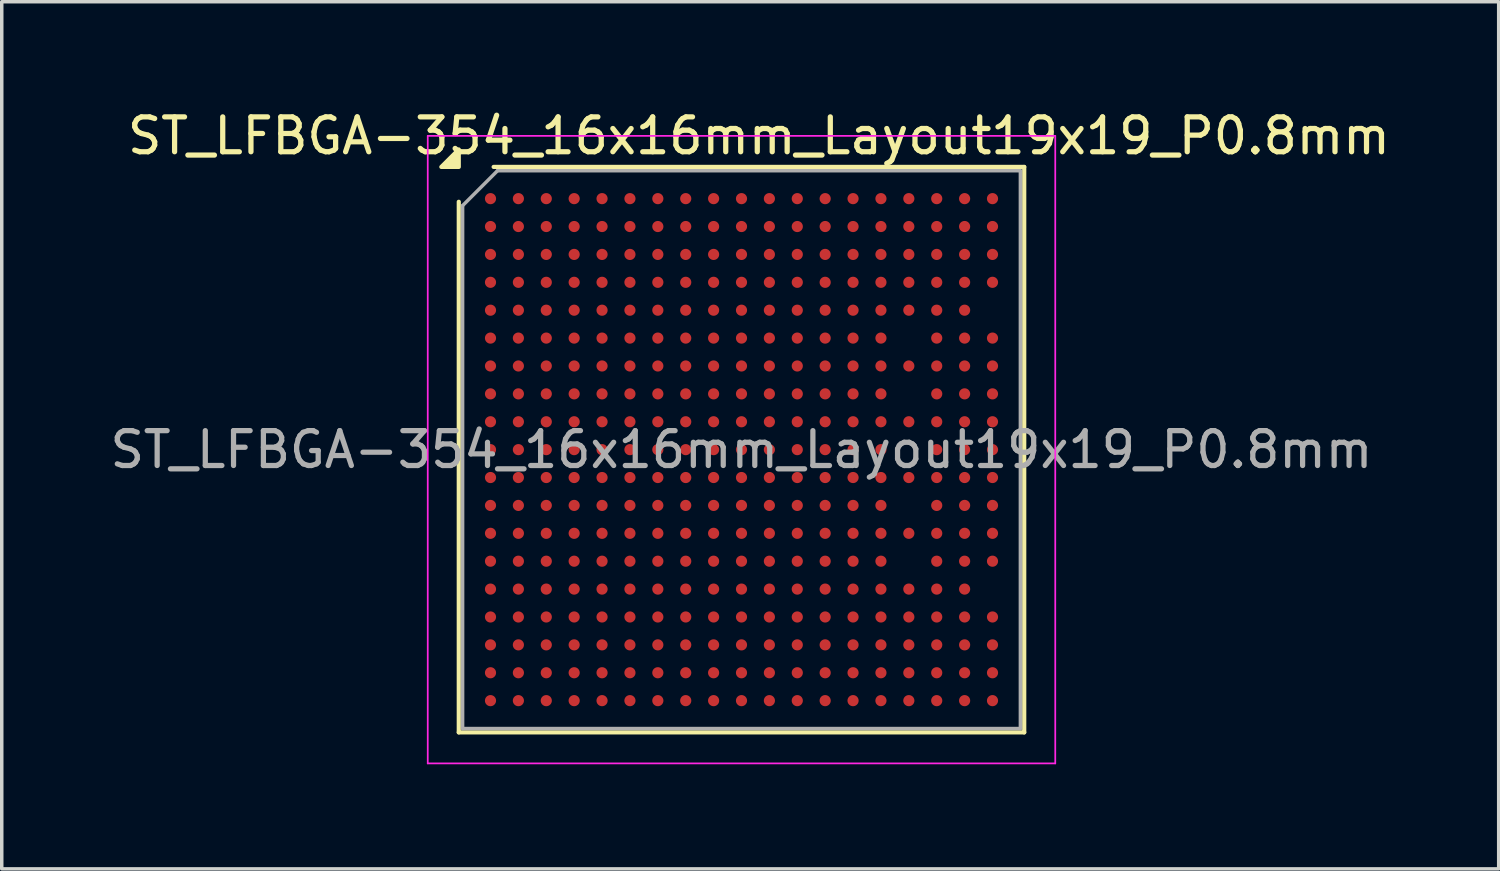
<source format=kicad_pcb>
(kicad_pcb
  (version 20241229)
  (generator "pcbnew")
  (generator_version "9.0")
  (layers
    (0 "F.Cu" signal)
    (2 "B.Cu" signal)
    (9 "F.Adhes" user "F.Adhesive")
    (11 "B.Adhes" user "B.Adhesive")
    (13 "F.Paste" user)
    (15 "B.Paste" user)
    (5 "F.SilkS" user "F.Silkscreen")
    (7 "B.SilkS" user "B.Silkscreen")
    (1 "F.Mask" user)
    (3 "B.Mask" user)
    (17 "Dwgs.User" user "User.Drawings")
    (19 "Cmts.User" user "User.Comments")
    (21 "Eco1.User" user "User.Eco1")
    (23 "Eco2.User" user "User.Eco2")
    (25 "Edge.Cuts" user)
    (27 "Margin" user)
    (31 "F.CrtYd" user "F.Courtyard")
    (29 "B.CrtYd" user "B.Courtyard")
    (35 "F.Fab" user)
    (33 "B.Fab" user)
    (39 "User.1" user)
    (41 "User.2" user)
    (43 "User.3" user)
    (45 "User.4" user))
  (footprint "ST_LFBGA-354_16x16mm_Layout19x19_P0.8mm"
    (layer "F.Cu")
    (at 18.22 9.848)
    (property "Reference" "ST_LFBGA-354_16x16mm_Layout19x19_P0.8mm" (at 0.5 -9 0) (layer "F.SilkS") (effects (font (size 1 1) (thickness 0.15))))
    (attr smd)
    (fp_line (start -8.11 8.11) (end -8.11 -7.11) (stroke (width 0.12) (type solid)) (layer "F.SilkS"))
    (fp_line (start -7.11 -8.11) (end 8.11 -8.11) (stroke (width 0.12) (type solid)) (layer "F.SilkS"))
    (fp_line (start 8.11 -8.11) (end 8.11 8.11) (stroke (width 0.12) (type solid)) (layer "F.SilkS"))
    (fp_line (start 8.11 8.11) (end -8.11 8.11) (stroke (width 0.12) (type solid)) (layer "F.SilkS"))
    (fp_poly (pts (xy -8.11 -8.11) (xy -8.61 -8.11) (xy -8.11 -8.61)) (stroke (width 0.12) (type solid)) (fill yes) (layer "F.SilkS"))
    (fp_line (start -9 -9) (end -9 9) (stroke (width 0.05) (type solid)) (layer "F.CrtYd"))
    (fp_line (start -9 9) (end 9 9) (stroke (width 0.05) (type solid)) (layer "F.CrtYd"))
    (fp_line (start 9 -9) (end -9 -9) (stroke (width 0.05) (type solid)) (layer "F.CrtYd"))
    (fp_line (start 9 9) (end 9 -9) (stroke (width 0.05) (type solid)) (layer "F.CrtYd"))
    (fp_line (start -8 -7) (end -7 -8) (stroke (width 0.1) (type solid)) (layer "F.Fab"))
    (fp_line (start -8 8) (end -8 -7) (stroke (width 0.1) (type solid)) (layer "F.Fab"))
    (fp_line (start -7 -8) (end 8 -8) (stroke (width 0.1) (type solid)) (layer "F.Fab"))
    (fp_line (start 8 -8) (end 8 8) (stroke (width 0.1) (type solid)) (layer "F.Fab"))
    (fp_line (start 8 8) (end -8 8) (stroke (width 0.1) (type solid)) (layer "F.Fab"))
    (fp_text user "${REFERENCE}" (at 0 0 0) (layer "F.Fab") (effects (font (size 1 1) (thickness 0.15))))
    (pad "A1" smd circle (at -7.2 -7.2) (size 0.32 0.32) (property pad_prop_bga) (layers "F.Cu" "F.Mask" "F.Paste"))
    (pad "A2" smd circle (at -6.4 -7.2) (size 0.32 0.32) (property pad_prop_bga) (layers "F.Cu" "F.Mask" "F.Paste"))
    (pad "A3" smd circle (at -5.6 -7.2) (size 0.32 0.32) (property pad_prop_bga) (layers "F.Cu" "F.Mask" "F.Paste"))
    (pad "A4" smd circle (at -4.8 -7.2) (size 0.32 0.32) (property pad_prop_bga) (layers "F.Cu" "F.Mask" "F.Paste"))
    (pad "A5" smd circle (at -4 -7.2) (size 0.32 0.32) (property pad_prop_bga) (layers "F.Cu" "F.Mask" "F.Paste"))
    (pad "A6" smd circle (at -3.2 -7.2) (size 0.32 0.32) (property pad_prop_bga) (layers "F.Cu" "F.Mask" "F.Paste"))
    (pad "A7" smd circle (at -2.4 -7.2) (size 0.32 0.32) (property pad_prop_bga) (layers "F.Cu" "F.Mask" "F.Paste"))
    (pad "A8" smd circle (at -1.6 -7.2) (size 0.32 0.32) (property pad_prop_bga) (layers "F.Cu" "F.Mask" "F.Paste"))
    (pad "A9" smd circle (at -0.8 -7.2) (size 0.32 0.32) (property pad_prop_bga) (layers "F.Cu" "F.Mask" "F.Paste"))
    (pad "A10" smd circle (at 0 -7.2) (size 0.32 0.32) (property pad_prop_bga) (layers "F.Cu" "F.Mask" "F.Paste"))
    (pad "A11" smd circle (at 0.8 -7.2) (size 0.32 0.32) (property pad_prop_bga) (layers "F.Cu" "F.Mask" "F.Paste"))
    (pad "A12" smd circle (at 1.6 -7.2) (size 0.32 0.32) (property pad_prop_bga) (layers "F.Cu" "F.Mask" "F.Paste"))
    (pad "A13" smd circle (at 2.4 -7.2) (size 0.32 0.32) (property pad_prop_bga) (layers "F.Cu" "F.Mask" "F.Paste"))
    (pad "A14" smd circle (at 3.2 -7.2) (size 0.32 0.32) (property pad_prop_bga) (layers "F.Cu" "F.Mask" "F.Paste"))
    (pad "A15" smd circle (at 4 -7.2) (size 0.32 0.32) (property pad_prop_bga) (layers "F.Cu" "F.Mask" "F.Paste"))
    (pad "A16" smd circle (at 4.8 -7.2) (size 0.32 0.32) (property pad_prop_bga) (layers "F.Cu" "F.Mask" "F.Paste"))
    (pad "A17" smd circle (at 5.6 -7.2) (size 0.32 0.32) (property pad_prop_bga) (layers "F.Cu" "F.Mask" "F.Paste"))
    (pad "A18" smd circle (at 6.4 -7.2) (size 0.32 0.32) (property pad_prop_bga) (layers "F.Cu" "F.Mask" "F.Paste"))
    (pad "A19" smd circle (at 7.2 -7.2) (size 0.32 0.32) (property pad_prop_bga) (layers "F.Cu" "F.Mask" "F.Paste"))
    (pad "B1" smd circle (at -7.2 -6.4) (size 0.32 0.32) (property pad_prop_bga) (layers "F.Cu" "F.Mask" "F.Paste"))
    (pad "B2" smd circle (at -6.4 -6.4) (size 0.32 0.32) (property pad_prop_bga) (layers "F.Cu" "F.Mask" "F.Paste"))
    (pad "B3" smd circle (at -5.6 -6.4) (size 0.32 0.32) (property pad_prop_bga) (layers "F.Cu" "F.Mask" "F.Paste"))
    (pad "B4" smd circle (at -4.8 -6.4) (size 0.32 0.32) (property pad_prop_bga) (layers "F.Cu" "F.Mask" "F.Paste"))
    (pad "B5" smd circle (at -4 -6.4) (size 0.32 0.32) (property pad_prop_bga) (layers "F.Cu" "F.Mask" "F.Paste"))
    (pad "B6" smd circle (at -3.2 -6.4) (size 0.32 0.32) (property pad_prop_bga) (layers "F.Cu" "F.Mask" "F.Paste"))
    (pad "B7" smd circle (at -2.4 -6.4) (size 0.32 0.32) (property pad_prop_bga) (layers "F.Cu" "F.Mask" "F.Paste"))
    (pad "B8" smd circle (at -1.6 -6.4) (size 0.32 0.32) (property pad_prop_bga) (layers "F.Cu" "F.Mask" "F.Paste"))
    (pad "B9" smd circle (at -0.8 -6.4) (size 0.32 0.32) (property pad_prop_bga) (layers "F.Cu" "F.Mask" "F.Paste"))
    (pad "B10" smd circle (at 0 -6.4) (size 0.32 0.32) (property pad_prop_bga) (layers "F.Cu" "F.Mask" "F.Paste"))
    (pad "B11" smd circle (at 0.8 -6.4) (size 0.32 0.32) (property pad_prop_bga) (layers "F.Cu" "F.Mask" "F.Paste"))
    (pad "B12" smd circle (at 1.6 -6.4) (size 0.32 0.32) (property pad_prop_bga) (layers "F.Cu" "F.Mask" "F.Paste"))
    (pad "B13" smd circle (at 2.4 -6.4) (size 0.32 0.32) (property pad_prop_bga) (layers "F.Cu" "F.Mask" "F.Paste"))
    (pad "B14" smd circle (at 3.2 -6.4) (size 0.32 0.32) (property pad_prop_bga) (layers "F.Cu" "F.Mask" "F.Paste"))
    (pad "B15" smd circle (at 4 -6.4) (size 0.32 0.32) (property pad_prop_bga) (layers "F.Cu" "F.Mask" "F.Paste"))
    (pad "B16" smd circle (at 4.8 -6.4) (size 0.32 0.32) (property pad_prop_bga) (layers "F.Cu" "F.Mask" "F.Paste"))
    (pad "B17" smd circle (at 5.6 -6.4) (size 0.32 0.32) (property pad_prop_bga) (layers "F.Cu" "F.Mask" "F.Paste"))
    (pad "B18" smd circle (at 6.4 -6.4) (size 0.32 0.32) (property pad_prop_bga) (layers "F.Cu" "F.Mask" "F.Paste"))
    (pad "B19" smd circle (at 7.2 -6.4) (size 0.32 0.32) (property pad_prop_bga) (layers "F.Cu" "F.Mask" "F.Paste"))
    (pad "C1" smd circle (at -7.2 -5.6) (size 0.32 0.32) (property pad_prop_bga) (layers "F.Cu" "F.Mask" "F.Paste"))
    (pad "C2" smd circle (at -6.4 -5.6) (size 0.32 0.32) (property pad_prop_bga) (layers "F.Cu" "F.Mask" "F.Paste"))
    (pad "C3" smd circle (at -5.6 -5.6) (size 0.32 0.32) (property pad_prop_bga) (layers "F.Cu" "F.Mask" "F.Paste"))
    (pad "C4" smd circle (at -4.8 -5.6) (size 0.32 0.32) (property pad_prop_bga) (layers "F.Cu" "F.Mask" "F.Paste"))
    (pad "C5" smd circle (at -4 -5.6) (size 0.32 0.32) (property pad_prop_bga) (layers "F.Cu" "F.Mask" "F.Paste"))
    (pad "C6" smd circle (at -3.2 -5.6) (size 0.32 0.32) (property pad_prop_bga) (layers "F.Cu" "F.Mask" "F.Paste"))
    (pad "C7" smd circle (at -2.4 -5.6) (size 0.32 0.32) (property pad_prop_bga) (layers "F.Cu" "F.Mask" "F.Paste"))
    (pad "C8" smd circle (at -1.6 -5.6) (size 0.32 0.32) (property pad_prop_bga) (layers "F.Cu" "F.Mask" "F.Paste"))
    (pad "C9" smd circle (at -0.8 -5.6) (size 0.32 0.32) (property pad_prop_bga) (layers "F.Cu" "F.Mask" "F.Paste"))
    (pad "C10" smd circle (at 0 -5.6) (size 0.32 0.32) (property pad_prop_bga) (layers "F.Cu" "F.Mask" "F.Paste"))
    (pad "C11" smd circle (at 0.8 -5.6) (size 0.32 0.32) (property pad_prop_bga) (layers "F.Cu" "F.Mask" "F.Paste"))
    (pad "C12" smd circle (at 1.6 -5.6) (size 0.32 0.32) (property pad_prop_bga) (layers "F.Cu" "F.Mask" "F.Paste"))
    (pad "C13" smd circle (at 2.4 -5.6) (size 0.32 0.32) (property pad_prop_bga) (layers "F.Cu" "F.Mask" "F.Paste"))
    (pad "C14" smd circle (at 3.2 -5.6) (size 0.32 0.32) (property pad_prop_bga) (layers "F.Cu" "F.Mask" "F.Paste"))
    (pad "C15" smd circle (at 4 -5.6) (size 0.32 0.32) (property pad_prop_bga) (layers "F.Cu" "F.Mask" "F.Paste"))
    (pad "C16" smd circle (at 4.8 -5.6) (size 0.32 0.32) (property pad_prop_bga) (layers "F.Cu" "F.Mask" "F.Paste"))
    (pad "C17" smd circle (at 5.6 -5.6) (size 0.32 0.32) (property pad_prop_bga) (layers "F.Cu" "F.Mask" "F.Paste"))
    (pad "C18" smd circle (at 6.4 -5.6) (size 0.32 0.32) (property pad_prop_bga) (layers "F.Cu" "F.Mask" "F.Paste"))
    (pad "C19" smd circle (at 7.2 -5.6) (size 0.32 0.32) (property pad_prop_bga) (layers "F.Cu" "F.Mask" "F.Paste"))
    (pad "D1" smd circle (at -7.2 -4.8) (size 0.32 0.32) (property pad_prop_bga) (layers "F.Cu" "F.Mask" "F.Paste"))
    (pad "D2" smd circle (at -6.4 -4.8) (size 0.32 0.32) (property pad_prop_bga) (layers "F.Cu" "F.Mask" "F.Paste"))
    (pad "D3" smd circle (at -5.6 -4.8) (size 0.32 0.32) (property pad_prop_bga) (layers "F.Cu" "F.Mask" "F.Paste"))
    (pad "D4" smd circle (at -4.8 -4.8) (size 0.32 0.32) (property pad_prop_bga) (layers "F.Cu" "F.Mask" "F.Paste"))
    (pad "D5" smd circle (at -4 -4.8) (size 0.32 0.32) (property pad_prop_bga) (layers "F.Cu" "F.Mask" "F.Paste"))
    (pad "D6" smd circle (at -3.2 -4.8) (size 0.32 0.32) (property pad_prop_bga) (layers "F.Cu" "F.Mask" "F.Paste"))
    (pad "D7" smd circle (at -2.4 -4.8) (size 0.32 0.32) (property pad_prop_bga) (layers "F.Cu" "F.Mask" "F.Paste"))
    (pad "D8" smd circle (at -1.6 -4.8) (size 0.32 0.32) (property pad_prop_bga) (layers "F.Cu" "F.Mask" "F.Paste"))
    (pad "D9" smd circle (at -0.8 -4.8) (size 0.32 0.32) (property pad_prop_bga) (layers "F.Cu" "F.Mask" "F.Paste"))
    (pad "D10" smd circle (at 0 -4.8) (size 0.32 0.32) (property pad_prop_bga) (layers "F.Cu" "F.Mask" "F.Paste"))
    (pad "D11" smd circle (at 0.8 -4.8) (size 0.32 0.32) (property pad_prop_bga) (layers "F.Cu" "F.Mask" "F.Paste"))
    (pad "D12" smd circle (at 1.6 -4.8) (size 0.32 0.32) (property pad_prop_bga) (layers "F.Cu" "F.Mask" "F.Paste"))
    (pad "D13" smd circle (at 2.4 -4.8) (size 0.32 0.32) (property pad_prop_bga) (layers "F.Cu" "F.Mask" "F.Paste"))
    (pad "D14" smd circle (at 3.2 -4.8) (size 0.32 0.32) (property pad_prop_bga) (layers "F.Cu" "F.Mask" "F.Paste"))
    (pad "D15" smd circle (at 4 -4.8) (size 0.32 0.32) (property pad_prop_bga) (layers "F.Cu" "F.Mask" "F.Paste"))
    (pad "D16" smd circle (at 4.8 -4.8) (size 0.32 0.32) (property pad_prop_bga) (layers "F.Cu" "F.Mask" "F.Paste"))
    (pad "D17" smd circle (at 5.6 -4.8) (size 0.32 0.32) (property pad_prop_bga) (layers "F.Cu" "F.Mask" "F.Paste"))
    (pad "D18" smd circle (at 6.4 -4.8) (size 0.32 0.32) (property pad_prop_bga) (layers "F.Cu" "F.Mask" "F.Paste"))
    (pad "D19" smd circle (at 7.2 -4.8) (size 0.32 0.32) (property pad_prop_bga) (layers "F.Cu" "F.Mask" "F.Paste"))
    (pad "E1" smd circle (at -7.2 -4) (size 0.32 0.32) (property pad_prop_bga) (layers "F.Cu" "F.Mask" "F.Paste"))
    (pad "E2" smd circle (at -6.4 -4) (size 0.32 0.32) (property pad_prop_bga) (layers "F.Cu" "F.Mask" "F.Paste"))
    (pad "E3" smd circle (at -5.6 -4) (size 0.32 0.32) (property pad_prop_bga) (layers "F.Cu" "F.Mask" "F.Paste"))
    (pad "E4" smd circle (at -4.8 -4) (size 0.32 0.32) (property pad_prop_bga) (layers "F.Cu" "F.Mask" "F.Paste"))
    (pad "E5" smd circle (at -4 -4) (size 0.32 0.32) (property pad_prop_bga) (layers "F.Cu" "F.Mask" "F.Paste"))
    (pad "E6" smd circle (at -3.2 -4) (size 0.32 0.32) (property pad_prop_bga) (layers "F.Cu" "F.Mask" "F.Paste"))
    (pad "E7" smd circle (at -2.4 -4) (size 0.32 0.32) (property pad_prop_bga) (layers "F.Cu" "F.Mask" "F.Paste"))
    (pad "E8" smd circle (at -1.6 -4) (size 0.32 0.32) (property pad_prop_bga) (layers "F.Cu" "F.Mask" "F.Paste"))
    (pad "E9" smd circle (at -0.8 -4) (size 0.32 0.32) (property pad_prop_bga) (layers "F.Cu" "F.Mask" "F.Paste"))
    (pad "E10" smd circle (at 0 -4) (size 0.32 0.32) (property pad_prop_bga) (layers "F.Cu" "F.Mask" "F.Paste"))
    (pad "E11" smd circle (at 0.8 -4) (size 0.32 0.32) (property pad_prop_bga) (layers "F.Cu" "F.Mask" "F.Paste"))
    (pad "E12" smd circle (at 1.6 -4) (size 0.32 0.32) (property pad_prop_bga) (layers "F.Cu" "F.Mask" "F.Paste"))
    (pad "E13" smd circle (at 2.4 -4) (size 0.32 0.32) (property pad_prop_bga) (layers "F.Cu" "F.Mask" "F.Paste"))
    (pad "E14" smd circle (at 3.2 -4) (size 0.32 0.32) (property pad_prop_bga) (layers "F.Cu" "F.Mask" "F.Paste"))
    (pad "E15" smd circle (at 4 -4) (size 0.32 0.32) (property pad_prop_bga) (layers "F.Cu" "F.Mask" "F.Paste"))
    (pad "E16" smd circle (at 4.8 -4) (size 0.32 0.32) (property pad_prop_bga) (layers "F.Cu" "F.Mask" "F.Paste"))
    (pad "E17" smd circle (at 5.6 -4) (size 0.32 0.32) (property pad_prop_bga) (layers "F.Cu" "F.Mask" "F.Paste"))
    (pad "E18" smd circle (at 6.4 -4) (size 0.32 0.32) (property pad_prop_bga) (layers "F.Cu" "F.Mask" "F.Paste"))
    (pad "F1" smd circle (at -7.2 -3.2) (size 0.32 0.32) (property pad_prop_bga) (layers "F.Cu" "F.Mask" "F.Paste"))
    (pad "F2" smd circle (at -6.4 -3.2) (size 0.32 0.32) (property pad_prop_bga) (layers "F.Cu" "F.Mask" "F.Paste"))
    (pad "F3" smd circle (at -5.6 -3.2) (size 0.32 0.32) (property pad_prop_bga) (layers "F.Cu" "F.Mask" "F.Paste"))
    (pad "F4" smd circle (at -4.8 -3.2) (size 0.32 0.32) (property pad_prop_bga) (layers "F.Cu" "F.Mask" "F.Paste"))
    (pad "F5" smd circle (at -4 -3.2) (size 0.32 0.32) (property pad_prop_bga) (layers "F.Cu" "F.Mask" "F.Paste"))
    (pad "F6" smd circle (at -3.2 -3.2) (size 0.32 0.32) (property pad_prop_bga) (layers "F.Cu" "F.Mask" "F.Paste"))
    (pad "F7" smd circle (at -2.4 -3.2) (size 0.32 0.32) (property pad_prop_bga) (layers "F.Cu" "F.Mask" "F.Paste"))
    (pad "F8" smd circle (at -1.6 -3.2) (size 0.32 0.32) (property pad_prop_bga) (layers "F.Cu" "F.Mask" "F.Paste"))
    (pad "F9" smd circle (at -0.8 -3.2) (size 0.32 0.32) (property pad_prop_bga) (layers "F.Cu" "F.Mask" "F.Paste"))
    (pad "F10" smd circle (at 0 -3.2) (size 0.32 0.32) (property pad_prop_bga) (layers "F.Cu" "F.Mask" "F.Paste"))
    (pad "F11" smd circle (at 0.8 -3.2) (size 0.32 0.32) (property pad_prop_bga) (layers "F.Cu" "F.Mask" "F.Paste"))
    (pad "F12" smd circle (at 1.6 -3.2) (size 0.32 0.32) (property pad_prop_bga) (layers "F.Cu" "F.Mask" "F.Paste"))
    (pad "F13" smd circle (at 2.4 -3.2) (size 0.32 0.32) (property pad_prop_bga) (layers "F.Cu" "F.Mask" "F.Paste"))
    (pad "F14" smd circle (at 3.2 -3.2) (size 0.32 0.32) (property pad_prop_bga) (layers "F.Cu" "F.Mask" "F.Paste"))
    (pad "F15" smd circle (at 4 -3.2) (size 0.32 0.32) (property pad_prop_bga) (layers "F.Cu" "F.Mask" "F.Paste"))
    (pad "F17" smd circle (at 5.6 -3.2) (size 0.32 0.32) (property pad_prop_bga) (layers "F.Cu" "F.Mask" "F.Paste"))
    (pad "F18" smd circle (at 6.4 -3.2) (size 0.32 0.32) (property pad_prop_bga) (layers "F.Cu" "F.Mask" "F.Paste"))
    (pad "F19" smd circle (at 7.2 -3.2) (size 0.32 0.32) (property pad_prop_bga) (layers "F.Cu" "F.Mask" "F.Paste"))
    (pad "G1" smd circle (at -7.2 -2.4) (size 0.32 0.32) (property pad_prop_bga) (layers "F.Cu" "F.Mask" "F.Paste"))
    (pad "G2" smd circle (at -6.4 -2.4) (size 0.32 0.32) (property pad_prop_bga) (layers "F.Cu" "F.Mask" "F.Paste"))
    (pad "G3" smd circle (at -5.6 -2.4) (size 0.32 0.32) (property pad_prop_bga) (layers "F.Cu" "F.Mask" "F.Paste"))
    (pad "G4" smd circle (at -4.8 -2.4) (size 0.32 0.32) (property pad_prop_bga) (layers "F.Cu" "F.Mask" "F.Paste"))
    (pad "G5" smd circle (at -4 -2.4) (size 0.32 0.32) (property pad_prop_bga) (layers "F.Cu" "F.Mask" "F.Paste"))
    (pad "G6" smd circle (at -3.2 -2.4) (size 0.32 0.32) (property pad_prop_bga) (layers "F.Cu" "F.Mask" "F.Paste"))
    (pad "G7" smd circle (at -2.4 -2.4) (size 0.32 0.32) (property pad_prop_bga) (layers "F.Cu" "F.Mask" "F.Paste"))
    (pad "G8" smd circle (at -1.6 -2.4) (size 0.32 0.32) (property pad_prop_bga) (layers "F.Cu" "F.Mask" "F.Paste"))
    (pad "G9" smd circle (at -0.8 -2.4) (size 0.32 0.32) (property pad_prop_bga) (layers "F.Cu" "F.Mask" "F.Paste"))
    (pad "G10" smd circle (at 0 -2.4) (size 0.32 0.32) (property pad_prop_bga) (layers "F.Cu" "F.Mask" "F.Paste"))
    (pad "G11" smd circle (at 0.8 -2.4) (size 0.32 0.32) (property pad_prop_bga) (layers "F.Cu" "F.Mask" "F.Paste"))
    (pad "G12" smd circle (at 1.6 -2.4) (size 0.32 0.32) (property pad_prop_bga) (layers "F.Cu" "F.Mask" "F.Paste"))
    (pad "G13" smd circle (at 2.4 -2.4) (size 0.32 0.32) (property pad_prop_bga) (layers "F.Cu" "F.Mask" "F.Paste"))
    (pad "G14" smd circle (at 3.2 -2.4) (size 0.32 0.32) (property pad_prop_bga) (layers "F.Cu" "F.Mask" "F.Paste"))
    (pad "G15" smd circle (at 4 -2.4) (size 0.32 0.32) (property pad_prop_bga) (layers "F.Cu" "F.Mask" "F.Paste"))
    (pad "G16" smd circle (at 4.8 -2.4) (size 0.32 0.32) (property pad_prop_bga) (layers "F.Cu" "F.Mask" "F.Paste"))
    (pad "G17" smd circle (at 5.6 -2.4) (size 0.32 0.32) (property pad_prop_bga) (layers "F.Cu" "F.Mask" "F.Paste"))
    (pad "G18" smd circle (at 6.4 -2.4) (size 0.32 0.32) (property pad_prop_bga) (layers "F.Cu" "F.Mask" "F.Paste"))
    (pad "G19" smd circle (at 7.2 -2.4) (size 0.32 0.32) (property pad_prop_bga) (layers "F.Cu" "F.Mask" "F.Paste"))
    (pad "H1" smd circle (at -7.2 -1.6) (size 0.32 0.32) (property pad_prop_bga) (layers "F.Cu" "F.Mask" "F.Paste"))
    (pad "H2" smd circle (at -6.4 -1.6) (size 0.32 0.32) (property pad_prop_bga) (layers "F.Cu" "F.Mask" "F.Paste"))
    (pad "H3" smd circle (at -5.6 -1.6) (size 0.32 0.32) (property pad_prop_bga) (layers "F.Cu" "F.Mask" "F.Paste"))
    (pad "H4" smd circle (at -4.8 -1.6) (size 0.32 0.32) (property pad_prop_bga) (layers "F.Cu" "F.Mask" "F.Paste"))
    (pad "H5" smd circle (at -4 -1.6) (size 0.32 0.32) (property pad_prop_bga) (layers "F.Cu" "F.Mask" "F.Paste"))
    (pad "H6" smd circle (at -3.2 -1.6) (size 0.32 0.32) (property pad_prop_bga) (layers "F.Cu" "F.Mask" "F.Paste"))
    (pad "H7" smd circle (at -2.4 -1.6) (size 0.32 0.32) (property pad_prop_bga) (layers "F.Cu" "F.Mask" "F.Paste"))
    (pad "H8" smd circle (at -1.6 -1.6) (size 0.32 0.32) (property pad_prop_bga) (layers "F.Cu" "F.Mask" "F.Paste"))
    (pad "H9" smd circle (at -0.8 -1.6) (size 0.32 0.32) (property pad_prop_bga) (layers "F.Cu" "F.Mask" "F.Paste"))
    (pad "H10" smd circle (at 0 -1.6) (size 0.32 0.32) (property pad_prop_bga) (layers "F.Cu" "F.Mask" "F.Paste"))
    (pad "H11" smd circle (at 0.8 -1.6) (size 0.32 0.32) (property pad_prop_bga) (layers "F.Cu" "F.Mask" "F.Paste"))
    (pad "H12" smd circle (at 1.6 -1.6) (size 0.32 0.32) (property pad_prop_bga) (layers "F.Cu" "F.Mask" "F.Paste"))
    (pad "H13" smd circle (at 2.4 -1.6) (size 0.32 0.32) (property pad_prop_bga) (layers "F.Cu" "F.Mask" "F.Paste"))
    (pad "H14" smd circle (at 3.2 -1.6) (size 0.32 0.32) (property pad_prop_bga) (layers "F.Cu" "F.Mask" "F.Paste"))
    (pad "H15" smd circle (at 4 -1.6) (size 0.32 0.32) (property pad_prop_bga) (layers "F.Cu" "F.Mask" "F.Paste"))
    (pad "H17" smd circle (at 5.6 -1.6) (size 0.32 0.32) (property pad_prop_bga) (layers "F.Cu" "F.Mask" "F.Paste"))
    (pad "H18" smd circle (at 6.4 -1.6) (size 0.32 0.32) (property pad_prop_bga) (layers "F.Cu" "F.Mask" "F.Paste"))
    (pad "H19" smd circle (at 7.2 -1.6) (size 0.32 0.32) (property pad_prop_bga) (layers "F.Cu" "F.Mask" "F.Paste"))
    (pad "J1" smd circle (at -7.2 -0.8) (size 0.32 0.32) (property pad_prop_bga) (layers "F.Cu" "F.Mask" "F.Paste"))
    (pad "J2" smd circle (at -6.4 -0.8) (size 0.32 0.32) (property pad_prop_bga) (layers "F.Cu" "F.Mask" "F.Paste"))
    (pad "J3" smd circle (at -5.6 -0.8) (size 0.32 0.32) (property pad_prop_bga) (layers "F.Cu" "F.Mask" "F.Paste"))
    (pad "J4" smd circle (at -4.8 -0.8) (size 0.32 0.32) (property pad_prop_bga) (layers "F.Cu" "F.Mask" "F.Paste"))
    (pad "J5" smd circle (at -4 -0.8) (size 0.32 0.32) (property pad_prop_bga) (layers "F.Cu" "F.Mask" "F.Paste"))
    (pad "J6" smd circle (at -3.2 -0.8) (size 0.32 0.32) (property pad_prop_bga) (layers "F.Cu" "F.Mask" "F.Paste"))
    (pad "J7" smd circle (at -2.4 -0.8) (size 0.32 0.32) (property pad_prop_bga) (layers "F.Cu" "F.Mask" "F.Paste"))
    (pad "J8" smd circle (at -1.6 -0.8) (size 0.32 0.32) (property pad_prop_bga) (layers "F.Cu" "F.Mask" "F.Paste"))
    (pad "J9" smd circle (at -0.8 -0.8) (size 0.32 0.32) (property pad_prop_bga) (layers "F.Cu" "F.Mask" "F.Paste"))
    (pad "J10" smd circle (at 0 -0.8) (size 0.32 0.32) (property pad_prop_bga) (layers "F.Cu" "F.Mask" "F.Paste"))
    (pad "J11" smd circle (at 0.8 -0.8) (size 0.32 0.32) (property pad_prop_bga) (layers "F.Cu" "F.Mask" "F.Paste"))
    (pad "J12" smd circle (at 1.6 -0.8) (size 0.32 0.32) (property pad_prop_bga) (layers "F.Cu" "F.Mask" "F.Paste"))
    (pad "J13" smd circle (at 2.4 -0.8) (size 0.32 0.32) (property pad_prop_bga) (layers "F.Cu" "F.Mask" "F.Paste"))
    (pad "J14" smd circle (at 3.2 -0.8) (size 0.32 0.32) (property pad_prop_bga) (layers "F.Cu" "F.Mask" "F.Paste"))
    (pad "J15" smd circle (at 4 -0.8) (size 0.32 0.32) (property pad_prop_bga) (layers "F.Cu" "F.Mask" "F.Paste"))
    (pad "J16" smd circle (at 4.8 -0.8) (size 0.32 0.32) (property pad_prop_bga) (layers "F.Cu" "F.Mask" "F.Paste"))
    (pad "J17" smd circle (at 5.6 -0.8) (size 0.32 0.32) (property pad_prop_bga) (layers "F.Cu" "F.Mask" "F.Paste"))
    (pad "J18" smd circle (at 6.4 -0.8) (size 0.32 0.32) (property pad_prop_bga) (layers "F.Cu" "F.Mask" "F.Paste"))
    (pad "J19" smd circle (at 7.2 -0.8) (size 0.32 0.32) (property pad_prop_bga) (layers "F.Cu" "F.Mask" "F.Paste"))
    (pad "K1" smd circle (at -7.2 0) (size 0.32 0.32) (property pad_prop_bga) (layers "F.Cu" "F.Mask" "F.Paste"))
    (pad "K2" smd circle (at -6.4 0) (size 0.32 0.32) (property pad_prop_bga) (layers "F.Cu" "F.Mask" "F.Paste"))
    (pad "K3" smd circle (at -5.6 0) (size 0.32 0.32) (property pad_prop_bga) (layers "F.Cu" "F.Mask" "F.Paste"))
    (pad "K4" smd circle (at -4.8 0) (size 0.32 0.32) (property pad_prop_bga) (layers "F.Cu" "F.Mask" "F.Paste"))
    (pad "K5" smd circle (at -4 0) (size 0.32 0.32) (property pad_prop_bga) (layers "F.Cu" "F.Mask" "F.Paste"))
    (pad "K6" smd circle (at -3.2 0) (size 0.32 0.32) (property pad_prop_bga) (layers "F.Cu" "F.Mask" "F.Paste"))
    (pad "K7" smd circle (at -2.4 0) (size 0.32 0.32) (property pad_prop_bga) (layers "F.Cu" "F.Mask" "F.Paste"))
    (pad "K8" smd circle (at -1.6 0) (size 0.32 0.32) (property pad_prop_bga) (layers "F.Cu" "F.Mask" "F.Paste"))
    (pad "K9" smd circle (at -0.8 0) (size 0.32 0.32) (property pad_prop_bga) (layers "F.Cu" "F.Mask" "F.Paste"))
    (pad "K10" smd circle (at 0 0) (size 0.32 0.32) (property pad_prop_bga) (layers "F.Cu" "F.Mask" "F.Paste"))
    (pad "K11" smd circle (at 0.8 0) (size 0.32 0.32) (property pad_prop_bga) (layers "F.Cu" "F.Mask" "F.Paste"))
    (pad "K12" smd circle (at 1.6 0) (size 0.32 0.32) (property pad_prop_bga) (layers "F.Cu" "F.Mask" "F.Paste"))
    (pad "K13" smd circle (at 2.4 0) (size 0.32 0.32) (property pad_prop_bga) (layers "F.Cu" "F.Mask" "F.Paste"))
    (pad "K14" smd circle (at 3.2 0) (size 0.32 0.32) (property pad_prop_bga) (layers "F.Cu" "F.Mask" "F.Paste"))
    (pad "K15" smd circle (at 4 0) (size 0.32 0.32) (property pad_prop_bga) (layers "F.Cu" "F.Mask" "F.Paste"))
    (pad "K17" smd circle (at 5.6 0) (size 0.32 0.32) (property pad_prop_bga) (layers "F.Cu" "F.Mask" "F.Paste"))
    (pad "K18" smd circle (at 6.4 0) (size 0.32 0.32) (property pad_prop_bga) (layers "F.Cu" "F.Mask" "F.Paste"))
    (pad "K19" smd circle (at 7.2 0) (size 0.32 0.32) (property pad_prop_bga) (layers "F.Cu" "F.Mask" "F.Paste"))
    (pad "L1" smd circle (at -7.2 0.8) (size 0.32 0.32) (property pad_prop_bga) (layers "F.Cu" "F.Mask" "F.Paste"))
    (pad "L2" smd circle (at -6.4 0.8) (size 0.32 0.32) (property pad_prop_bga) (layers "F.Cu" "F.Mask" "F.Paste"))
    (pad "L3" smd circle (at -5.6 0.8) (size 0.32 0.32) (property pad_prop_bga) (layers "F.Cu" "F.Mask" "F.Paste"))
    (pad "L4" smd circle (at -4.8 0.8) (size 0.32 0.32) (property pad_prop_bga) (layers "F.Cu" "F.Mask" "F.Paste"))
    (pad "L5" smd circle (at -4 0.8) (size 0.32 0.32) (property pad_prop_bga) (layers "F.Cu" "F.Mask" "F.Paste"))
    (pad "L6" smd circle (at -3.2 0.8) (size 0.32 0.32) (property pad_prop_bga) (layers "F.Cu" "F.Mask" "F.Paste"))
    (pad "L7" smd circle (at -2.4 0.8) (size 0.32 0.32) (property pad_prop_bga) (layers "F.Cu" "F.Mask" "F.Paste"))
    (pad "L8" smd circle (at -1.6 0.8) (size 0.32 0.32) (property pad_prop_bga) (layers "F.Cu" "F.Mask" "F.Paste"))
    (pad "L9" smd circle (at -0.8 0.8) (size 0.32 0.32) (property pad_prop_bga) (layers "F.Cu" "F.Mask" "F.Paste"))
    (pad "L10" smd circle (at 0 0.8) (size 0.32 0.32) (property pad_prop_bga) (layers "F.Cu" "F.Mask" "F.Paste"))
    (pad "L11" smd circle (at 0.8 0.8) (size 0.32 0.32) (property pad_prop_bga) (layers "F.Cu" "F.Mask" "F.Paste"))
    (pad "L12" smd circle (at 1.6 0.8) (size 0.32 0.32) (property pad_prop_bga) (layers "F.Cu" "F.Mask" "F.Paste"))
    (pad "L13" smd circle (at 2.4 0.8) (size 0.32 0.32) (property pad_prop_bga) (layers "F.Cu" "F.Mask" "F.Paste"))
    (pad "L14" smd circle (at 3.2 0.8) (size 0.32 0.32) (property pad_prop_bga) (layers "F.Cu" "F.Mask" "F.Paste"))
    (pad "L15" smd circle (at 4 0.8) (size 0.32 0.32) (property pad_prop_bga) (layers "F.Cu" "F.Mask" "F.Paste"))
    (pad "L16" smd circle (at 4.8 0.8) (size 0.32 0.32) (property pad_prop_bga) (layers "F.Cu" "F.Mask" "F.Paste"))
    (pad "L17" smd circle (at 5.6 0.8) (size 0.32 0.32) (property pad_prop_bga) (layers "F.Cu" "F.Mask" "F.Paste"))
    (pad "L18" smd circle (at 6.4 0.8) (size 0.32 0.32) (property pad_prop_bga) (layers "F.Cu" "F.Mask" "F.Paste"))
    (pad "L19" smd circle (at 7.2 0.8) (size 0.32 0.32) (property pad_prop_bga) (layers "F.Cu" "F.Mask" "F.Paste"))
    (pad "M1" smd circle (at -7.2 1.6) (size 0.32 0.32) (property pad_prop_bga) (layers "F.Cu" "F.Mask" "F.Paste"))
    (pad "M2" smd circle (at -6.4 1.6) (size 0.32 0.32) (property pad_prop_bga) (layers "F.Cu" "F.Mask" "F.Paste"))
    (pad "M3" smd circle (at -5.6 1.6) (size 0.32 0.32) (property pad_prop_bga) (layers "F.Cu" "F.Mask" "F.Paste"))
    (pad "M4" smd circle (at -4.8 1.6) (size 0.32 0.32) (property pad_prop_bga) (layers "F.Cu" "F.Mask" "F.Paste"))
    (pad "M5" smd circle (at -4 1.6) (size 0.32 0.32) (property pad_prop_bga) (layers "F.Cu" "F.Mask" "F.Paste"))
    (pad "M6" smd circle (at -3.2 1.6) (size 0.32 0.32) (property pad_prop_bga) (layers "F.Cu" "F.Mask" "F.Paste"))
    (pad "M7" smd circle (at -2.4 1.6) (size 0.32 0.32) (property pad_prop_bga) (layers "F.Cu" "F.Mask" "F.Paste"))
    (pad "M8" smd circle (at -1.6 1.6) (size 0.32 0.32) (property pad_prop_bga) (layers "F.Cu" "F.Mask" "F.Paste"))
    (pad "M9" smd circle (at -0.8 1.6) (size 0.32 0.32) (property pad_prop_bga) (layers "F.Cu" "F.Mask" "F.Paste"))
    (pad "M10" smd circle (at 0 1.6) (size 0.32 0.32) (property pad_prop_bga) (layers "F.Cu" "F.Mask" "F.Paste"))
    (pad "M11" smd circle (at 0.8 1.6) (size 0.32 0.32) (property pad_prop_bga) (layers "F.Cu" "F.Mask" "F.Paste"))
    (pad "M12" smd circle (at 1.6 1.6) (size 0.32 0.32) (property pad_prop_bga) (layers "F.Cu" "F.Mask" "F.Paste"))
    (pad "M13" smd circle (at 2.4 1.6) (size 0.32 0.32) (property pad_prop_bga) (layers "F.Cu" "F.Mask" "F.Paste"))
    (pad "M14" smd circle (at 3.2 1.6) (size 0.32 0.32) (property pad_prop_bga) (layers "F.Cu" "F.Mask" "F.Paste"))
    (pad "M15" smd circle (at 4 1.6) (size 0.32 0.32) (property pad_prop_bga) (layers "F.Cu" "F.Mask" "F.Paste"))
    (pad "M17" smd circle (at 5.6 1.6) (size 0.32 0.32) (property pad_prop_bga) (layers "F.Cu" "F.Mask" "F.Paste"))
    (pad "M18" smd circle (at 6.4 1.6) (size 0.32 0.32) (property pad_prop_bga) (layers "F.Cu" "F.Mask" "F.Paste"))
    (pad "M19" smd circle (at 7.2 1.6) (size 0.32 0.32) (property pad_prop_bga) (layers "F.Cu" "F.Mask" "F.Paste"))
    (pad "N1" smd circle (at -7.2 2.4) (size 0.32 0.32) (property pad_prop_bga) (layers "F.Cu" "F.Mask" "F.Paste"))
    (pad "N2" smd circle (at -6.4 2.4) (size 0.32 0.32) (property pad_prop_bga) (layers "F.Cu" "F.Mask" "F.Paste"))
    (pad "N3" smd circle (at -5.6 2.4) (size 0.32 0.32) (property pad_prop_bga) (layers "F.Cu" "F.Mask" "F.Paste"))
    (pad "N4" smd circle (at -4.8 2.4) (size 0.32 0.32) (property pad_prop_bga) (layers "F.Cu" "F.Mask" "F.Paste"))
    (pad "N5" smd circle (at -4 2.4) (size 0.32 0.32) (property pad_prop_bga) (layers "F.Cu" "F.Mask" "F.Paste"))
    (pad "N6" smd circle (at -3.2 2.4) (size 0.32 0.32) (property pad_prop_bga) (layers "F.Cu" "F.Mask" "F.Paste"))
    (pad "N7" smd circle (at -2.4 2.4) (size 0.32 0.32) (property pad_prop_bga) (layers "F.Cu" "F.Mask" "F.Paste"))
    (pad "N8" smd circle (at -1.6 2.4) (size 0.32 0.32) (property pad_prop_bga) (layers "F.Cu" "F.Mask" "F.Paste"))
    (pad "N9" smd circle (at -0.8 2.4) (size 0.32 0.32) (property pad_prop_bga) (layers "F.Cu" "F.Mask" "F.Paste"))
    (pad "N10" smd circle (at 0 2.4) (size 0.32 0.32) (property pad_prop_bga) (layers "F.Cu" "F.Mask" "F.Paste"))
    (pad "N11" smd circle (at 0.8 2.4) (size 0.32 0.32) (property pad_prop_bga) (layers "F.Cu" "F.Mask" "F.Paste"))
    (pad "N12" smd circle (at 1.6 2.4) (size 0.32 0.32) (property pad_prop_bga) (layers "F.Cu" "F.Mask" "F.Paste"))
    (pad "N13" smd circle (at 2.4 2.4) (size 0.32 0.32) (property pad_prop_bga) (layers "F.Cu" "F.Mask" "F.Paste"))
    (pad "N14" smd circle (at 3.2 2.4) (size 0.32 0.32) (property pad_prop_bga) (layers "F.Cu" "F.Mask" "F.Paste"))
    (pad "N15" smd circle (at 4 2.4) (size 0.32 0.32) (property pad_prop_bga) (layers "F.Cu" "F.Mask" "F.Paste"))
    (pad "N16" smd circle (at 4.8 2.4) (size 0.32 0.32) (property pad_prop_bga) (layers "F.Cu" "F.Mask" "F.Paste"))
    (pad "N17" smd circle (at 5.6 2.4) (size 0.32 0.32) (property pad_prop_bga) (layers "F.Cu" "F.Mask" "F.Paste"))
    (pad "N18" smd circle (at 6.4 2.4) (size 0.32 0.32) (property pad_prop_bga) (layers "F.Cu" "F.Mask" "F.Paste"))
    (pad "N19" smd circle (at 7.2 2.4) (size 0.32 0.32) (property pad_prop_bga) (layers "F.Cu" "F.Mask" "F.Paste"))
    (pad "P1" smd circle (at -7.2 3.2) (size 0.32 0.32) (property pad_prop_bga) (layers "F.Cu" "F.Mask" "F.Paste"))
    (pad "P2" smd circle (at -6.4 3.2) (size 0.32 0.32) (property pad_prop_bga) (layers "F.Cu" "F.Mask" "F.Paste"))
    (pad "P3" smd circle (at -5.6 3.2) (size 0.32 0.32) (property pad_prop_bga) (layers "F.Cu" "F.Mask" "F.Paste"))
    (pad "P4" smd circle (at -4.8 3.2) (size 0.32 0.32) (property pad_prop_bga) (layers "F.Cu" "F.Mask" "F.Paste"))
    (pad "P5" smd circle (at -4 3.2) (size 0.32 0.32) (property pad_prop_bga) (layers "F.Cu" "F.Mask" "F.Paste"))
    (pad "P6" smd circle (at -3.2 3.2) (size 0.32 0.32) (property pad_prop_bga) (layers "F.Cu" "F.Mask" "F.Paste"))
    (pad "P7" smd circle (at -2.4 3.2) (size 0.32 0.32) (property pad_prop_bga) (layers "F.Cu" "F.Mask" "F.Paste"))
    (pad "P8" smd circle (at -1.6 3.2) (size 0.32 0.32) (property pad_prop_bga) (layers "F.Cu" "F.Mask" "F.Paste"))
    (pad "P9" smd circle (at -0.8 3.2) (size 0.32 0.32) (property pad_prop_bga) (layers "F.Cu" "F.Mask" "F.Paste"))
    (pad "P10" smd circle (at 0 3.2) (size 0.32 0.32) (property pad_prop_bga) (layers "F.Cu" "F.Mask" "F.Paste"))
    (pad "P11" smd circle (at 0.8 3.2) (size 0.32 0.32) (property pad_prop_bga) (layers "F.Cu" "F.Mask" "F.Paste"))
    (pad "P12" smd circle (at 1.6 3.2) (size 0.32 0.32) (property pad_prop_bga) (layers "F.Cu" "F.Mask" "F.Paste"))
    (pad "P13" smd circle (at 2.4 3.2) (size 0.32 0.32) (property pad_prop_bga) (layers "F.Cu" "F.Mask" "F.Paste"))
    (pad "P14" smd circle (at 3.2 3.2) (size 0.32 0.32) (property pad_prop_bga) (layers "F.Cu" "F.Mask" "F.Paste"))
    (pad "P15" smd circle (at 4 3.2) (size 0.32 0.32) (property pad_prop_bga) (layers "F.Cu" "F.Mask" "F.Paste"))
    (pad "P17" smd circle (at 5.6 3.2) (size 0.32 0.32) (property pad_prop_bga) (layers "F.Cu" "F.Mask" "F.Paste"))
    (pad "P18" smd circle (at 6.4 3.2) (size 0.32 0.32) (property pad_prop_bga) (layers "F.Cu" "F.Mask" "F.Paste"))
    (pad "P19" smd circle (at 7.2 3.2) (size 0.32 0.32) (property pad_prop_bga) (layers "F.Cu" "F.Mask" "F.Paste"))
    (pad "R1" smd circle (at -7.2 4) (size 0.32 0.32) (property pad_prop_bga) (layers "F.Cu" "F.Mask" "F.Paste"))
    (pad "R2" smd circle (at -6.4 4) (size 0.32 0.32) (property pad_prop_bga) (layers "F.Cu" "F.Mask" "F.Paste"))
    (pad "R3" smd circle (at -5.6 4) (size 0.32 0.32) (property pad_prop_bga) (layers "F.Cu" "F.Mask" "F.Paste"))
    (pad "R4" smd circle (at -4.8 4) (size 0.32 0.32) (property pad_prop_bga) (layers "F.Cu" "F.Mask" "F.Paste"))
    (pad "R5" smd circle (at -4 4) (size 0.32 0.32) (property pad_prop_bga) (layers "F.Cu" "F.Mask" "F.Paste"))
    (pad "R6" smd circle (at -3.2 4) (size 0.32 0.32) (property pad_prop_bga) (layers "F.Cu" "F.Mask" "F.Paste"))
    (pad "R7" smd circle (at -2.4 4) (size 0.32 0.32) (property pad_prop_bga) (layers "F.Cu" "F.Mask" "F.Paste"))
    (pad "R8" smd circle (at -1.6 4) (size 0.32 0.32) (property pad_prop_bga) (layers "F.Cu" "F.Mask" "F.Paste"))
    (pad "R9" smd circle (at -0.8 4) (size 0.32 0.32) (property pad_prop_bga) (layers "F.Cu" "F.Mask" "F.Paste"))
    (pad "R10" smd circle (at 0 4) (size 0.32 0.32) (property pad_prop_bga) (layers "F.Cu" "F.Mask" "F.Paste"))
    (pad "R11" smd circle (at 0.8 4) (size 0.32 0.32) (property pad_prop_bga) (layers "F.Cu" "F.Mask" "F.Paste"))
    (pad "R12" smd circle (at 1.6 4) (size 0.32 0.32) (property pad_prop_bga) (layers "F.Cu" "F.Mask" "F.Paste"))
    (pad "R13" smd circle (at 2.4 4) (size 0.32 0.32) (property pad_prop_bga) (layers "F.Cu" "F.Mask" "F.Paste"))
    (pad "R14" smd circle (at 3.2 4) (size 0.32 0.32) (property pad_prop_bga) (layers "F.Cu" "F.Mask" "F.Paste"))
    (pad "R15" smd circle (at 4 4) (size 0.32 0.32) (property pad_prop_bga) (layers "F.Cu" "F.Mask" "F.Paste"))
    (pad "R16" smd circle (at 4.8 4) (size 0.32 0.32) (property pad_prop_bga) (layers "F.Cu" "F.Mask" "F.Paste"))
    (pad "R17" smd circle (at 5.6 4) (size 0.32 0.32) (property pad_prop_bga) (layers "F.Cu" "F.Mask" "F.Paste"))
    (pad "R18" smd circle (at 6.4 4) (size 0.32 0.32) (property pad_prop_bga) (layers "F.Cu" "F.Mask" "F.Paste"))
    (pad "T1" smd circle (at -7.2 4.8) (size 0.32 0.32) (property pad_prop_bga) (layers "F.Cu" "F.Mask" "F.Paste"))
    (pad "T2" smd circle (at -6.4 4.8) (size 0.32 0.32) (property pad_prop_bga) (layers "F.Cu" "F.Mask" "F.Paste"))
    (pad "T3" smd circle (at -5.6 4.8) (size 0.32 0.32) (property pad_prop_bga) (layers "F.Cu" "F.Mask" "F.Paste"))
    (pad "T4" smd circle (at -4.8 4.8) (size 0.32 0.32) (property pad_prop_bga) (layers "F.Cu" "F.Mask" "F.Paste"))
    (pad "T5" smd circle (at -4 4.8) (size 0.32 0.32) (property pad_prop_bga) (layers "F.Cu" "F.Mask" "F.Paste"))
    (pad "T6" smd circle (at -3.2 4.8) (size 0.32 0.32) (property pad_prop_bga) (layers "F.Cu" "F.Mask" "F.Paste"))
    (pad "T7" smd circle (at -2.4 4.8) (size 0.32 0.32) (property pad_prop_bga) (layers "F.Cu" "F.Mask" "F.Paste"))
    (pad "T8" smd circle (at -1.6 4.8) (size 0.32 0.32) (property pad_prop_bga) (layers "F.Cu" "F.Mask" "F.Paste"))
    (pad "T9" smd circle (at -0.8 4.8) (size 0.32 0.32) (property pad_prop_bga) (layers "F.Cu" "F.Mask" "F.Paste"))
    (pad "T10" smd circle (at 0 4.8) (size 0.32 0.32) (property pad_prop_bga) (layers "F.Cu" "F.Mask" "F.Paste"))
    (pad "T11" smd circle (at 0.8 4.8) (size 0.32 0.32) (property pad_prop_bga) (layers "F.Cu" "F.Mask" "F.Paste"))
    (pad "T12" smd circle (at 1.6 4.8) (size 0.32 0.32) (property pad_prop_bga) (layers "F.Cu" "F.Mask" "F.Paste"))
    (pad "T13" smd circle (at 2.4 4.8) (size 0.32 0.32) (property pad_prop_bga) (layers "F.Cu" "F.Mask" "F.Paste"))
    (pad "T14" smd circle (at 3.2 4.8) (size 0.32 0.32) (property pad_prop_bga) (layers "F.Cu" "F.Mask" "F.Paste"))
    (pad "T15" smd circle (at 4 4.8) (size 0.32 0.32) (property pad_prop_bga) (layers "F.Cu" "F.Mask" "F.Paste"))
    (pad "T16" smd circle (at 4.8 4.8) (size 0.32 0.32) (property pad_prop_bga) (layers "F.Cu" "F.Mask" "F.Paste"))
    (pad "T17" smd circle (at 5.6 4.8) (size 0.32 0.32) (property pad_prop_bga) (layers "F.Cu" "F.Mask" "F.Paste"))
    (pad "T18" smd circle (at 6.4 4.8) (size 0.32 0.32) (property pad_prop_bga) (layers "F.Cu" "F.Mask" "F.Paste"))
    (pad "T19" smd circle (at 7.2 4.8) (size 0.32 0.32) (property pad_prop_bga) (layers "F.Cu" "F.Mask" "F.Paste"))
    (pad "U1" smd circle (at -7.2 5.6) (size 0.32 0.32) (property pad_prop_bga) (layers "F.Cu" "F.Mask" "F.Paste"))
    (pad "U2" smd circle (at -6.4 5.6) (size 0.32 0.32) (property pad_prop_bga) (layers "F.Cu" "F.Mask" "F.Paste"))
    (pad "U3" smd circle (at -5.6 5.6) (size 0.32 0.32) (property pad_prop_bga) (layers "F.Cu" "F.Mask" "F.Paste"))
    (pad "U4" smd circle (at -4.8 5.6) (size 0.32 0.32) (property pad_prop_bga) (layers "F.Cu" "F.Mask" "F.Paste"))
    (pad "U5" smd circle (at -4 5.6) (size 0.32 0.32) (property pad_prop_bga) (layers "F.Cu" "F.Mask" "F.Paste"))
    (pad "U6" smd circle (at -3.2 5.6) (size 0.32 0.32) (property pad_prop_bga) (layers "F.Cu" "F.Mask" "F.Paste"))
    (pad "U7" smd circle (at -2.4 5.6) (size 0.32 0.32) (property pad_prop_bga) (layers "F.Cu" "F.Mask" "F.Paste"))
    (pad "U8" smd circle (at -1.6 5.6) (size 0.32 0.32) (property pad_prop_bga) (layers "F.Cu" "F.Mask" "F.Paste"))
    (pad "U9" smd circle (at -0.8 5.6) (size 0.32 0.32) (property pad_prop_bga) (layers "F.Cu" "F.Mask" "F.Paste"))
    (pad "U10" smd circle (at 0 5.6) (size 0.32 0.32) (property pad_prop_bga) (layers "F.Cu" "F.Mask" "F.Paste"))
    (pad "U11" smd circle (at 0.8 5.6) (size 0.32 0.32) (property pad_prop_bga) (layers "F.Cu" "F.Mask" "F.Paste"))
    (pad "U12" smd circle (at 1.6 5.6) (size 0.32 0.32) (property pad_prop_bga) (layers "F.Cu" "F.Mask" "F.Paste"))
    (pad "U13" smd circle (at 2.4 5.6) (size 0.32 0.32) (property pad_prop_bga) (layers "F.Cu" "F.Mask" "F.Paste"))
    (pad "U14" smd circle (at 3.2 5.6) (size 0.32 0.32) (property pad_prop_bga) (layers "F.Cu" "F.Mask" "F.Paste"))
    (pad "U15" smd circle (at 4 5.6) (size 0.32 0.32) (property pad_prop_bga) (layers "F.Cu" "F.Mask" "F.Paste"))
    (pad "U16" smd circle (at 4.8 5.6) (size 0.32 0.32) (property pad_prop_bga) (layers "F.Cu" "F.Mask" "F.Paste"))
    (pad "U17" smd circle (at 5.6 5.6) (size 0.32 0.32) (property pad_prop_bga) (layers "F.Cu" "F.Mask" "F.Paste"))
    (pad "U18" smd circle (at 6.4 5.6) (size 0.32 0.32) (property pad_prop_bga) (layers "F.Cu" "F.Mask" "F.Paste"))
    (pad "U19" smd circle (at 7.2 5.6) (size 0.32 0.32) (property pad_prop_bga) (layers "F.Cu" "F.Mask" "F.Paste"))
    (pad "V1" smd circle (at -7.2 6.4) (size 0.32 0.32) (property pad_prop_bga) (layers "F.Cu" "F.Mask" "F.Paste"))
    (pad "V2" smd circle (at -6.4 6.4) (size 0.32 0.32) (property pad_prop_bga) (layers "F.Cu" "F.Mask" "F.Paste"))
    (pad "V3" smd circle (at -5.6 6.4) (size 0.32 0.32) (property pad_prop_bga) (layers "F.Cu" "F.Mask" "F.Paste"))
    (pad "V4" smd circle (at -4.8 6.4) (size 0.32 0.32) (property pad_prop_bga) (layers "F.Cu" "F.Mask" "F.Paste"))
    (pad "V5" smd circle (at -4 6.4) (size 0.32 0.32) (property pad_prop_bga) (layers "F.Cu" "F.Mask" "F.Paste"))
    (pad "V6" smd circle (at -3.2 6.4) (size 0.32 0.32) (property pad_prop_bga) (layers "F.Cu" "F.Mask" "F.Paste"))
    (pad "V7" smd circle (at -2.4 6.4) (size 0.32 0.32) (property pad_prop_bga) (layers "F.Cu" "F.Mask" "F.Paste"))
    (pad "V8" smd circle (at -1.6 6.4) (size 0.32 0.32) (property pad_prop_bga) (layers "F.Cu" "F.Mask" "F.Paste"))
    (pad "V9" smd circle (at -0.8 6.4) (size 0.32 0.32) (property pad_prop_bga) (layers "F.Cu" "F.Mask" "F.Paste"))
    (pad "V10" smd circle (at 0 6.4) (size 0.32 0.32) (property pad_prop_bga) (layers "F.Cu" "F.Mask" "F.Paste"))
    (pad "V11" smd circle (at 0.8 6.4) (size 0.32 0.32) (property pad_prop_bga) (layers "F.Cu" "F.Mask" "F.Paste"))
    (pad "V12" smd circle (at 1.6 6.4) (size 0.32 0.32) (property pad_prop_bga) (layers "F.Cu" "F.Mask" "F.Paste"))
    (pad "V13" smd circle (at 2.4 6.4) (size 0.32 0.32) (property pad_prop_bga) (layers "F.Cu" "F.Mask" "F.Paste"))
    (pad "V14" smd circle (at 3.2 6.4) (size 0.32 0.32) (property pad_prop_bga) (layers "F.Cu" "F.Mask" "F.Paste"))
    (pad "V15" smd circle (at 4 6.4) (size 0.32 0.32) (property pad_prop_bga) (layers "F.Cu" "F.Mask" "F.Paste"))
    (pad "V16" smd circle (at 4.8 6.4) (size 0.32 0.32) (property pad_prop_bga) (layers "F.Cu" "F.Mask" "F.Paste"))
    (pad "V17" smd circle (at 5.6 6.4) (size 0.32 0.32) (property pad_prop_bga) (layers "F.Cu" "F.Mask" "F.Paste"))
    (pad "V18" smd circle (at 6.4 6.4) (size 0.32 0.32) (property pad_prop_bga) (layers "F.Cu" "F.Mask" "F.Paste"))
    (pad "V19" smd circle (at 7.2 6.4) (size 0.32 0.32) (property pad_prop_bga) (layers "F.Cu" "F.Mask" "F.Paste"))
    (pad "W1" smd circle (at -7.2 7.2) (size 0.32 0.32) (property pad_prop_bga) (layers "F.Cu" "F.Mask" "F.Paste"))
    (pad "W2" smd circle (at -6.4 7.2) (size 0.32 0.32) (property pad_prop_bga) (layers "F.Cu" "F.Mask" "F.Paste"))
    (pad "W3" smd circle (at -5.6 7.2) (size 0.32 0.32) (property pad_prop_bga) (layers "F.Cu" "F.Mask" "F.Paste"))
    (pad "W4" smd circle (at -4.8 7.2) (size 0.32 0.32) (property pad_prop_bga) (layers "F.Cu" "F.Mask" "F.Paste"))
    (pad "W5" smd circle (at -4 7.2) (size 0.32 0.32) (property pad_prop_bga) (layers "F.Cu" "F.Mask" "F.Paste"))
    (pad "W6" smd circle (at -3.2 7.2) (size 0.32 0.32) (property pad_prop_bga) (layers "F.Cu" "F.Mask" "F.Paste"))
    (pad "W7" smd circle (at -2.4 7.2) (size 0.32 0.32) (property pad_prop_bga) (layers "F.Cu" "F.Mask" "F.Paste"))
    (pad "W8" smd circle (at -1.6 7.2) (size 0.32 0.32) (property pad_prop_bga) (layers "F.Cu" "F.Mask" "F.Paste"))
    (pad "W9" smd circle (at -0.8 7.2) (size 0.32 0.32) (property pad_prop_bga) (layers "F.Cu" "F.Mask" "F.Paste"))
    (pad "W10" smd circle (at 0 7.2) (size 0.32 0.32) (property pad_prop_bga) (layers "F.Cu" "F.Mask" "F.Paste"))
    (pad "W11" smd circle (at 0.8 7.2) (size 0.32 0.32) (property pad_prop_bga) (layers "F.Cu" "F.Mask" "F.Paste"))
    (pad "W12" smd circle (at 1.6 7.2) (size 0.32 0.32) (property pad_prop_bga) (layers "F.Cu" "F.Mask" "F.Paste"))
    (pad "W13" smd circle (at 2.4 7.2) (size 0.32 0.32) (property pad_prop_bga) (layers "F.Cu" "F.Mask" "F.Paste"))
    (pad "W14" smd circle (at 3.2 7.2) (size 0.32 0.32) (property pad_prop_bga) (layers "F.Cu" "F.Mask" "F.Paste"))
    (pad "W15" smd circle (at 4 7.2) (size 0.32 0.32) (property pad_prop_bga) (layers "F.Cu" "F.Mask" "F.Paste"))
    (pad "W16" smd circle (at 4.8 7.2) (size 0.32 0.32) (property pad_prop_bga) (layers "F.Cu" "F.Mask" "F.Paste"))
    (pad "W17" smd circle (at 5.6 7.2) (size 0.32 0.32) (property pad_prop_bga) (layers "F.Cu" "F.Mask" "F.Paste"))
    (pad "W18" smd circle (at 6.4 7.2) (size 0.32 0.32) (property pad_prop_bga) (layers "F.Cu" "F.Mask" "F.Paste"))
    (pad "W19" smd circle (at 7.2 7.2) (size 0.32 0.32) (property pad_prop_bga) (layers "F.Cu" "F.Mask" "F.Paste")))
  (gr_rect
    (start -3 -3)
    (end 39.94 21.873)
    (stroke (width 0.1) (type default))
    (fill no)
    (layer "Edge.Cuts")))
</source>
